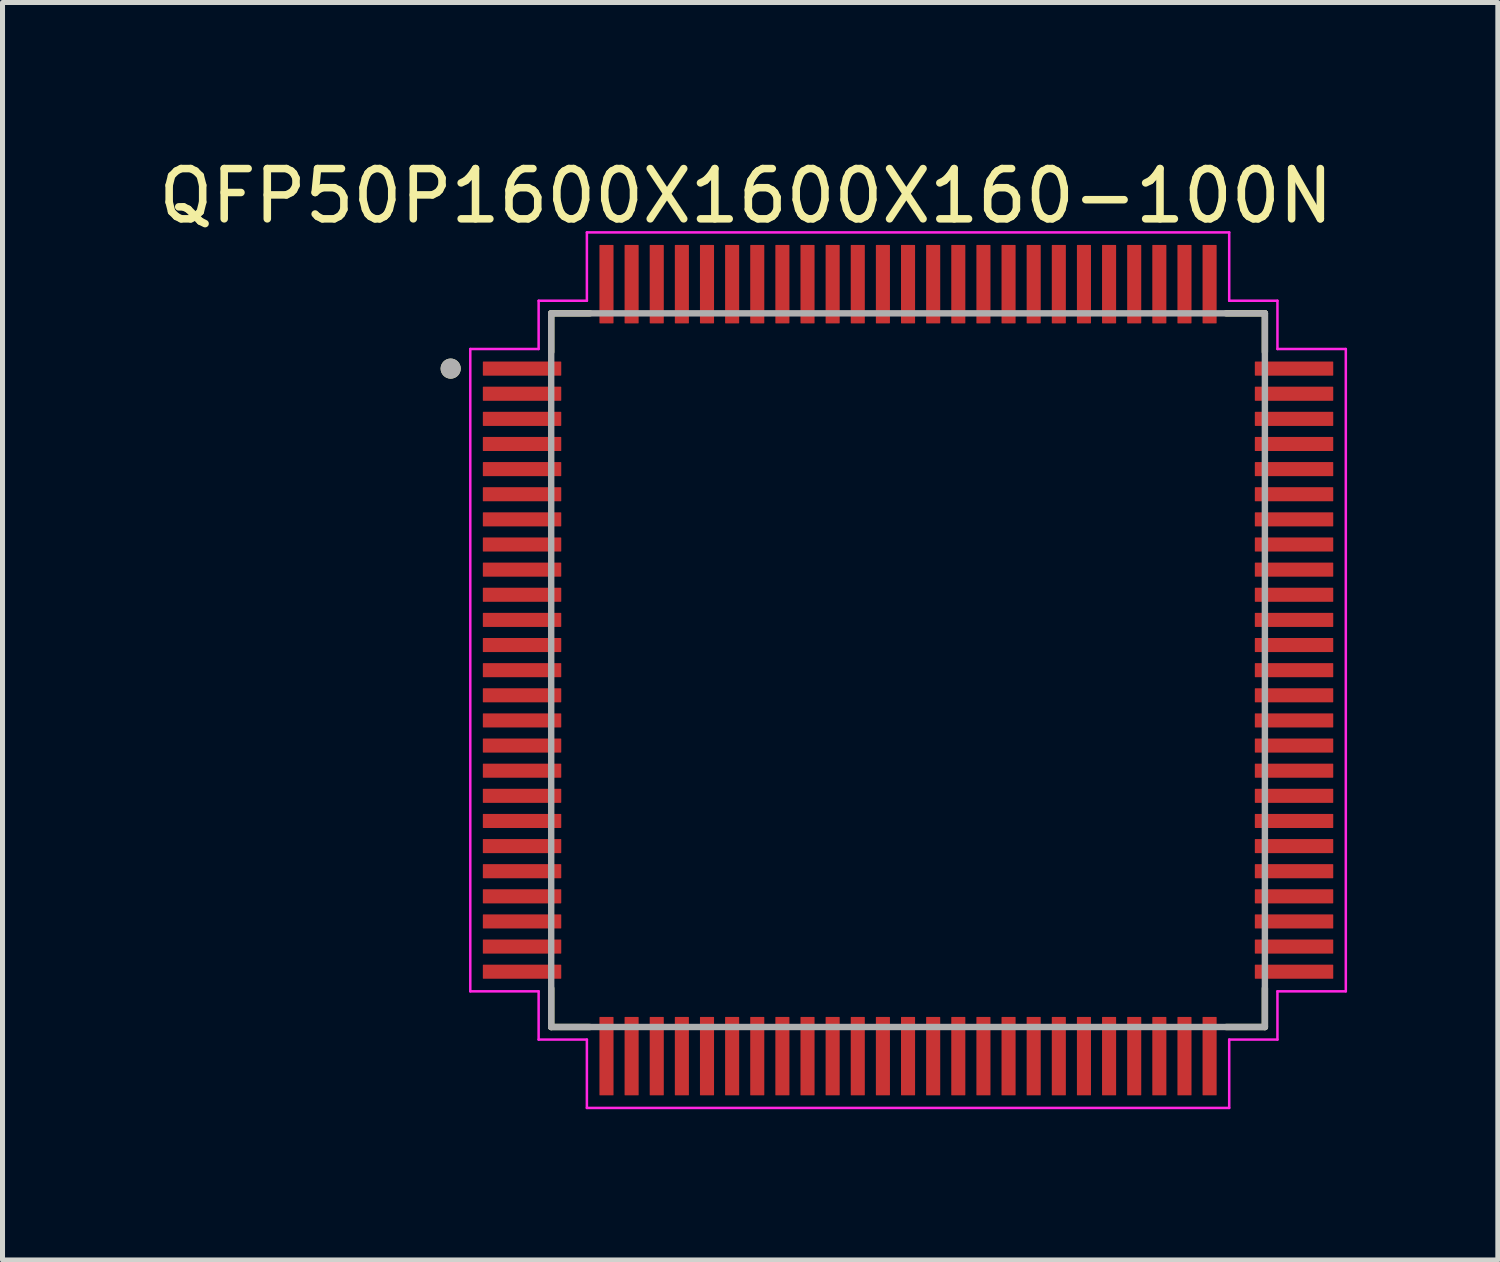
<source format=kicad_pcb>
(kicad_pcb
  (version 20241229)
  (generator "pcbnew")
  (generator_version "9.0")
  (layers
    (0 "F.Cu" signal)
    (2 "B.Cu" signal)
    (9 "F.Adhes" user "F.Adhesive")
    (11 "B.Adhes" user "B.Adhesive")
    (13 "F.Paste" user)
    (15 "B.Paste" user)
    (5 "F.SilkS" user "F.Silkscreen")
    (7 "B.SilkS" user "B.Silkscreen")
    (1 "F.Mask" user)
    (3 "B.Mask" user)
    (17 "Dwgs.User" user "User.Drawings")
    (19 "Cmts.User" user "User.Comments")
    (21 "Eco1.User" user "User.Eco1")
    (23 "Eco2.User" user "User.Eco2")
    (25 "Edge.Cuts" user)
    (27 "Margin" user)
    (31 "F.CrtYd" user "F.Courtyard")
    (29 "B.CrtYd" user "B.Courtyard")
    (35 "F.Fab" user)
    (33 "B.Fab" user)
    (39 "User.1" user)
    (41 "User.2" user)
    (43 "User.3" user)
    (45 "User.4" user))
  (footprint "QFP50P1600X1600X160-100N"
    (layer "F.Cu")
    (at 15.017 10.284)
    (property "Reference" "QFP50P1600X1600X160-100N" (at -3.225 -9.435 0) (layer "F.SilkS") (effects (font (size 1 1) (thickness 0.15))))
    (attr smd)
    (fp_line (start -7.1 -7.1) (end -6.33 -7.1) (stroke (width 0.127) (type solid)) (layer "F.SilkS"))
    (fp_line (start -7.1 -6.33) (end -7.1 -7.1) (stroke (width 0.127) (type solid)) (layer "F.SilkS"))
    (fp_line (start -7.1 7.1) (end -7.1 6.33) (stroke (width 0.127) (type solid)) (layer "F.SilkS"))
    (fp_line (start -6.33 7.1) (end -7.1 7.1) (stroke (width 0.127) (type solid)) (layer "F.SilkS"))
    (fp_line (start 6.33 -7.1) (end 7.1 -7.1) (stroke (width 0.127) (type solid)) (layer "F.SilkS"))
    (fp_line (start 7.1 -7.1) (end 7.1 -6.33) (stroke (width 0.127) (type solid)) (layer "F.SilkS"))
    (fp_line (start 7.1 6.33) (end 7.1 7.1) (stroke (width 0.127) (type solid)) (layer "F.SilkS"))
    (fp_line (start 7.1 7.1) (end 6.33 7.1) (stroke (width 0.127) (type solid)) (layer "F.SilkS"))
    (fp_circle (center -9.1 -6) (end -9 -6) (stroke (width 0.2) (type solid)) (fill no) (layer "F.SilkS"))
    (fp_line (start -8.71 -6.39) (end -7.35 -6.39) (stroke (width 0.05) (type solid)) (layer "F.CrtYd"))
    (fp_line (start -8.71 6.39) (end -8.71 -6.39) (stroke (width 0.05) (type solid)) (layer "F.CrtYd"))
    (fp_line (start -7.35 -7.35) (end -6.39 -7.35) (stroke (width 0.05) (type solid)) (layer "F.CrtYd"))
    (fp_line (start -7.35 -6.39) (end -7.35 -7.35) (stroke (width 0.05) (type solid)) (layer "F.CrtYd"))
    (fp_line (start -7.35 6.39) (end -8.71 6.39) (stroke (width 0.05) (type solid)) (layer "F.CrtYd"))
    (fp_line (start -7.35 7.35) (end -7.35 6.39) (stroke (width 0.05) (type solid)) (layer "F.CrtYd"))
    (fp_line (start -6.39 -8.71) (end 6.39 -8.71) (stroke (width 0.05) (type solid)) (layer "F.CrtYd"))
    (fp_line (start -6.39 -7.35) (end -6.39 -8.71) (stroke (width 0.05) (type solid)) (layer "F.CrtYd"))
    (fp_line (start -6.39 7.35) (end -7.35 7.35) (stroke (width 0.05) (type solid)) (layer "F.CrtYd"))
    (fp_line (start -6.39 8.71) (end -6.39 7.35) (stroke (width 0.05) (type solid)) (layer "F.CrtYd"))
    (fp_line (start 6.39 -8.71) (end 6.39 -7.35) (stroke (width 0.05) (type solid)) (layer "F.CrtYd"))
    (fp_line (start 6.39 -7.35) (end 7.35 -7.35) (stroke (width 0.05) (type solid)) (layer "F.CrtYd"))
    (fp_line (start 6.39 7.35) (end 6.39 8.71) (stroke (width 0.05) (type solid)) (layer "F.CrtYd"))
    (fp_line (start 6.39 8.71) (end -6.39 8.71) (stroke (width 0.05) (type solid)) (layer "F.CrtYd"))
    (fp_line (start 7.35 -7.35) (end 7.35 -6.39) (stroke (width 0.05) (type solid)) (layer "F.CrtYd"))
    (fp_line (start 7.35 -6.39) (end 8.71 -6.39) (stroke (width 0.05) (type solid)) (layer "F.CrtYd"))
    (fp_line (start 7.35 6.39) (end 7.35 7.35) (stroke (width 0.05) (type solid)) (layer "F.CrtYd"))
    (fp_line (start 7.35 7.35) (end 6.39 7.35) (stroke (width 0.05) (type solid)) (layer "F.CrtYd"))
    (fp_line (start 8.71 -6.39) (end 8.71 6.39) (stroke (width 0.05) (type solid)) (layer "F.CrtYd"))
    (fp_line (start 8.71 6.39) (end 7.35 6.39) (stroke (width 0.05) (type solid)) (layer "F.CrtYd"))
    (fp_line (start -7.1 -7.1) (end 7.1 -7.1) (stroke (width 0.127) (type solid)) (layer "F.Fab"))
    (fp_line (start -7.1 7.1) (end -7.1 -7.1) (stroke (width 0.127) (type solid)) (layer "F.Fab"))
    (fp_line (start 7.1 -7.1) (end 7.1 7.1) (stroke (width 0.127) (type solid)) (layer "F.Fab"))
    (fp_line (start 7.1 7.1) (end -7.1 7.1) (stroke (width 0.127) (type solid)) (layer "F.Fab"))
    (fp_circle (center -9.1 -6) (end -9 -6) (stroke (width 0.2) (type solid)) (fill no) (layer "F.Fab"))
    (pad "1" smd roundrect (at -7.68 -6) (size 1.56 0.28) (layers "F.Cu" "F.Mask" "F.Paste") (roundrect_rratio 0.035))
    (pad "2" smd roundrect (at -7.68 -5.5) (size 1.56 0.28) (layers "F.Cu" "F.Mask" "F.Paste") (roundrect_rratio 0.035))
    (pad "3" smd roundrect (at -7.68 -5) (size 1.56 0.28) (layers "F.Cu" "F.Mask" "F.Paste") (roundrect_rratio 0.035))
    (pad "4" smd roundrect (at -7.68 -4.5) (size 1.56 0.28) (layers "F.Cu" "F.Mask" "F.Paste") (roundrect_rratio 0.035))
    (pad "5" smd roundrect (at -7.68 -4) (size 1.56 0.28) (layers "F.Cu" "F.Mask" "F.Paste") (roundrect_rratio 0.035))
    (pad "6" smd roundrect (at -7.68 -3.5) (size 1.56 0.28) (layers "F.Cu" "F.Mask" "F.Paste") (roundrect_rratio 0.035))
    (pad "7" smd roundrect (at -7.68 -3) (size 1.56 0.28) (layers "F.Cu" "F.Mask" "F.Paste") (roundrect_rratio 0.035))
    (pad "8" smd roundrect (at -7.68 -2.5) (size 1.56 0.28) (layers "F.Cu" "F.Mask" "F.Paste") (roundrect_rratio 0.035))
    (pad "9" smd roundrect (at -7.68 -2) (size 1.56 0.28) (layers "F.Cu" "F.Mask" "F.Paste") (roundrect_rratio 0.035))
    (pad "10" smd roundrect (at -7.68 -1.5) (size 1.56 0.28) (layers "F.Cu" "F.Mask" "F.Paste") (roundrect_rratio 0.035))
    (pad "11" smd roundrect (at -7.68 -1) (size 1.56 0.28) (layers "F.Cu" "F.Mask" "F.Paste") (roundrect_rratio 0.035))
    (pad "12" smd roundrect (at -7.68 -0.5) (size 1.56 0.28) (layers "F.Cu" "F.Mask" "F.Paste") (roundrect_rratio 0.035))
    (pad "13" smd roundrect (at -7.68 0) (size 1.56 0.28) (layers "F.Cu" "F.Mask" "F.Paste") (roundrect_rratio 0.035))
    (pad "14" smd roundrect (at -7.68 0.5) (size 1.56 0.28) (layers "F.Cu" "F.Mask" "F.Paste") (roundrect_rratio 0.035))
    (pad "15" smd roundrect (at -7.68 1) (size 1.56 0.28) (layers "F.Cu" "F.Mask" "F.Paste") (roundrect_rratio 0.035))
    (pad "16" smd roundrect (at -7.68 1.5) (size 1.56 0.28) (layers "F.Cu" "F.Mask" "F.Paste") (roundrect_rratio 0.035))
    (pad "17" smd roundrect (at -7.68 2) (size 1.56 0.28) (layers "F.Cu" "F.Mask" "F.Paste") (roundrect_rratio 0.035))
    (pad "18" smd roundrect (at -7.68 2.5) (size 1.56 0.28) (layers "F.Cu" "F.Mask" "F.Paste") (roundrect_rratio 0.035))
    (pad "19" smd roundrect (at -7.68 3) (size 1.56 0.28) (layers "F.Cu" "F.Mask" "F.Paste") (roundrect_rratio 0.035))
    (pad "20" smd roundrect (at -7.68 3.5) (size 1.56 0.28) (layers "F.Cu" "F.Mask" "F.Paste") (roundrect_rratio 0.035))
    (pad "21" smd roundrect (at -7.68 4) (size 1.56 0.28) (layers "F.Cu" "F.Mask" "F.Paste") (roundrect_rratio 0.035))
    (pad "22" smd roundrect (at -7.68 4.5) (size 1.56 0.28) (layers "F.Cu" "F.Mask" "F.Paste") (roundrect_rratio 0.035))
    (pad "23" smd roundrect (at -7.68 5) (size 1.56 0.28) (layers "F.Cu" "F.Mask" "F.Paste") (roundrect_rratio 0.035))
    (pad "24" smd roundrect (at -7.68 5.5) (size 1.56 0.28) (layers "F.Cu" "F.Mask" "F.Paste") (roundrect_rratio 0.035))
    (pad "25" smd roundrect (at -7.68 6) (size 1.56 0.28) (layers "F.Cu" "F.Mask" "F.Paste") (roundrect_rratio 0.035))
    (pad "26" smd roundrect (at -6 7.68) (size 0.28 1.56) (layers "F.Cu" "F.Mask" "F.Paste") (roundrect_rratio 0.035))
    (pad "27" smd roundrect (at -5.5 7.68) (size 0.28 1.56) (layers "F.Cu" "F.Mask" "F.Paste") (roundrect_rratio 0.035))
    (pad "28" smd roundrect (at -5 7.68) (size 0.28 1.56) (layers "F.Cu" "F.Mask" "F.Paste") (roundrect_rratio 0.035))
    (pad "29" smd roundrect (at -4.5 7.68) (size 0.28 1.56) (layers "F.Cu" "F.Mask" "F.Paste") (roundrect_rratio 0.035))
    (pad "30" smd roundrect (at -4 7.68) (size 0.28 1.56) (layers "F.Cu" "F.Mask" "F.Paste") (roundrect_rratio 0.035))
    (pad "31" smd roundrect (at -3.5 7.68) (size 0.28 1.56) (layers "F.Cu" "F.Mask" "F.Paste") (roundrect_rratio 0.035))
    (pad "32" smd roundrect (at -3 7.68) (size 0.28 1.56) (layers "F.Cu" "F.Mask" "F.Paste") (roundrect_rratio 0.035))
    (pad "33" smd roundrect (at -2.5 7.68) (size 0.28 1.56) (layers "F.Cu" "F.Mask" "F.Paste") (roundrect_rratio 0.035))
    (pad "34" smd roundrect (at -2 7.68) (size 0.28 1.56) (layers "F.Cu" "F.Mask" "F.Paste") (roundrect_rratio 0.035))
    (pad "35" smd roundrect (at -1.5 7.68) (size 0.28 1.56) (layers "F.Cu" "F.Mask" "F.Paste") (roundrect_rratio 0.035))
    (pad "36" smd roundrect (at -1 7.68) (size 0.28 1.56) (layers "F.Cu" "F.Mask" "F.Paste") (roundrect_rratio 0.035))
    (pad "37" smd roundrect (at -0.5 7.68) (size 0.28 1.56) (layers "F.Cu" "F.Mask" "F.Paste") (roundrect_rratio 0.035))
    (pad "38" smd roundrect (at 0 7.68) (size 0.28 1.56) (layers "F.Cu" "F.Mask" "F.Paste") (roundrect_rratio 0.035))
    (pad "39" smd roundrect (at 0.5 7.68) (size 0.28 1.56) (layers "F.Cu" "F.Mask" "F.Paste") (roundrect_rratio 0.035))
    (pad "40" smd roundrect (at 1 7.68) (size 0.28 1.56) (layers "F.Cu" "F.Mask" "F.Paste") (roundrect_rratio 0.035))
    (pad "41" smd roundrect (at 1.5 7.68) (size 0.28 1.56) (layers "F.Cu" "F.Mask" "F.Paste") (roundrect_rratio 0.035))
    (pad "42" smd roundrect (at 2 7.68) (size 0.28 1.56) (layers "F.Cu" "F.Mask" "F.Paste") (roundrect_rratio 0.035))
    (pad "43" smd roundrect (at 2.5 7.68) (size 0.28 1.56) (layers "F.Cu" "F.Mask" "F.Paste") (roundrect_rratio 0.035))
    (pad "44" smd roundrect (at 3 7.68) (size 0.28 1.56) (layers "F.Cu" "F.Mask" "F.Paste") (roundrect_rratio 0.035))
    (pad "45" smd roundrect (at 3.5 7.68) (size 0.28 1.56) (layers "F.Cu" "F.Mask" "F.Paste") (roundrect_rratio 0.035))
    (pad "46" smd roundrect (at 4 7.68) (size 0.28 1.56) (layers "F.Cu" "F.Mask" "F.Paste") (roundrect_rratio 0.035))
    (pad "47" smd roundrect (at 4.5 7.68) (size 0.28 1.56) (layers "F.Cu" "F.Mask" "F.Paste") (roundrect_rratio 0.035))
    (pad "48" smd roundrect (at 5 7.68) (size 0.28 1.56) (layers "F.Cu" "F.Mask" "F.Paste") (roundrect_rratio 0.035))
    (pad "49" smd roundrect (at 5.5 7.68) (size 0.28 1.56) (layers "F.Cu" "F.Mask" "F.Paste") (roundrect_rratio 0.035))
    (pad "50" smd roundrect (at 6 7.68) (size 0.28 1.56) (layers "F.Cu" "F.Mask" "F.Paste") (roundrect_rratio 0.035))
    (pad "51" smd roundrect (at 7.68 6) (size 1.56 0.28) (layers "F.Cu" "F.Mask" "F.Paste") (roundrect_rratio 0.035))
    (pad "52" smd roundrect (at 7.68 5.5) (size 1.56 0.28) (layers "F.Cu" "F.Mask" "F.Paste") (roundrect_rratio 0.035))
    (pad "53" smd roundrect (at 7.68 5) (size 1.56 0.28) (layers "F.Cu" "F.Mask" "F.Paste") (roundrect_rratio 0.035))
    (pad "54" smd roundrect (at 7.68 4.5) (size 1.56 0.28) (layers "F.Cu" "F.Mask" "F.Paste") (roundrect_rratio 0.035))
    (pad "55" smd roundrect (at 7.68 4) (size 1.56 0.28) (layers "F.Cu" "F.Mask" "F.Paste") (roundrect_rratio 0.035))
    (pad "56" smd roundrect (at 7.68 3.5) (size 1.56 0.28) (layers "F.Cu" "F.Mask" "F.Paste") (roundrect_rratio 0.035))
    (pad "57" smd roundrect (at 7.68 3) (size 1.56 0.28) (layers "F.Cu" "F.Mask" "F.Paste") (roundrect_rratio 0.035))
    (pad "58" smd roundrect (at 7.68 2.5) (size 1.56 0.28) (layers "F.Cu" "F.Mask" "F.Paste") (roundrect_rratio 0.035))
    (pad "59" smd roundrect (at 7.68 2) (size 1.56 0.28) (layers "F.Cu" "F.Mask" "F.Paste") (roundrect_rratio 0.035))
    (pad "60" smd roundrect (at 7.68 1.5) (size 1.56 0.28) (layers "F.Cu" "F.Mask" "F.Paste") (roundrect_rratio 0.035))
    (pad "61" smd roundrect (at 7.68 1) (size 1.56 0.28) (layers "F.Cu" "F.Mask" "F.Paste") (roundrect_rratio 0.035))
    (pad "62" smd roundrect (at 7.68 0.5) (size 1.56 0.28) (layers "F.Cu" "F.Mask" "F.Paste") (roundrect_rratio 0.035))
    (pad "63" smd roundrect (at 7.68 0) (size 1.56 0.28) (layers "F.Cu" "F.Mask" "F.Paste") (roundrect_rratio 0.035))
    (pad "64" smd roundrect (at 7.68 -0.5) (size 1.56 0.28) (layers "F.Cu" "F.Mask" "F.Paste") (roundrect_rratio 0.035))
    (pad "65" smd roundrect (at 7.68 -1) (size 1.56 0.28) (layers "F.Cu" "F.Mask" "F.Paste") (roundrect_rratio 0.035))
    (pad "66" smd roundrect (at 7.68 -1.5) (size 1.56 0.28) (layers "F.Cu" "F.Mask" "F.Paste") (roundrect_rratio 0.035))
    (pad "67" smd roundrect (at 7.68 -2) (size 1.56 0.28) (layers "F.Cu" "F.Mask" "F.Paste") (roundrect_rratio 0.035))
    (pad "68" smd roundrect (at 7.68 -2.5) (size 1.56 0.28) (layers "F.Cu" "F.Mask" "F.Paste") (roundrect_rratio 0.035))
    (pad "69" smd roundrect (at 7.68 -3) (size 1.56 0.28) (layers "F.Cu" "F.Mask" "F.Paste") (roundrect_rratio 0.035))
    (pad "70" smd roundrect (at 7.68 -3.5) (size 1.56 0.28) (layers "F.Cu" "F.Mask" "F.Paste") (roundrect_rratio 0.035))
    (pad "71" smd roundrect (at 7.68 -4) (size 1.56 0.28) (layers "F.Cu" "F.Mask" "F.Paste") (roundrect_rratio 0.035))
    (pad "72" smd roundrect (at 7.68 -4.5) (size 1.56 0.28) (layers "F.Cu" "F.Mask" "F.Paste") (roundrect_rratio 0.035))
    (pad "73" smd roundrect (at 7.68 -5) (size 1.56 0.28) (layers "F.Cu" "F.Mask" "F.Paste") (roundrect_rratio 0.035))
    (pad "74" smd roundrect (at 7.68 -5.5) (size 1.56 0.28) (layers "F.Cu" "F.Mask" "F.Paste") (roundrect_rratio 0.035))
    (pad "75" smd roundrect (at 7.68 -6) (size 1.56 0.28) (layers "F.Cu" "F.Mask" "F.Paste") (roundrect_rratio 0.035))
    (pad "76" smd roundrect (at 6 -7.68) (size 0.28 1.56) (layers "F.Cu" "F.Mask" "F.Paste") (roundrect_rratio 0.035))
    (pad "77" smd roundrect (at 5.5 -7.68) (size 0.28 1.56) (layers "F.Cu" "F.Mask" "F.Paste") (roundrect_rratio 0.035))
    (pad "78" smd roundrect (at 5 -7.68) (size 0.28 1.56) (layers "F.Cu" "F.Mask" "F.Paste") (roundrect_rratio 0.035))
    (pad "79" smd roundrect (at 4.5 -7.68) (size 0.28 1.56) (layers "F.Cu" "F.Mask" "F.Paste") (roundrect_rratio 0.035))
    (pad "80" smd roundrect (at 4 -7.68) (size 0.28 1.56) (layers "F.Cu" "F.Mask" "F.Paste") (roundrect_rratio 0.035))
    (pad "81" smd roundrect (at 3.5 -7.68) (size 0.28 1.56) (layers "F.Cu" "F.Mask" "F.Paste") (roundrect_rratio 0.035))
    (pad "82" smd roundrect (at 3 -7.68) (size 0.28 1.56) (layers "F.Cu" "F.Mask" "F.Paste") (roundrect_rratio 0.035))
    (pad "83" smd roundrect (at 2.5 -7.68) (size 0.28 1.56) (layers "F.Cu" "F.Mask" "F.Paste") (roundrect_rratio 0.035))
    (pad "84" smd roundrect (at 2 -7.68) (size 0.28 1.56) (layers "F.Cu" "F.Mask" "F.Paste") (roundrect_rratio 0.035))
    (pad "85" smd roundrect (at 1.5 -7.68) (size 0.28 1.56) (layers "F.Cu" "F.Mask" "F.Paste") (roundrect_rratio 0.035))
    (pad "86" smd roundrect (at 1 -7.68) (size 0.28 1.56) (layers "F.Cu" "F.Mask" "F.Paste") (roundrect_rratio 0.035))
    (pad "87" smd roundrect (at 0.5 -7.68) (size 0.28 1.56) (layers "F.Cu" "F.Mask" "F.Paste") (roundrect_rratio 0.035))
    (pad "88" smd roundrect (at 0 -7.68) (size 0.28 1.56) (layers "F.Cu" "F.Mask" "F.Paste") (roundrect_rratio 0.035))
    (pad "89" smd roundrect (at -0.5 -7.68) (size 0.28 1.56) (layers "F.Cu" "F.Mask" "F.Paste") (roundrect_rratio 0.035))
    (pad "90" smd roundrect (at -1 -7.68) (size 0.28 1.56) (layers "F.Cu" "F.Mask" "F.Paste") (roundrect_rratio 0.035))
    (pad "91" smd roundrect (at -1.5 -7.68) (size 0.28 1.56) (layers "F.Cu" "F.Mask" "F.Paste") (roundrect_rratio 0.035))
    (pad "92" smd roundrect (at -2 -7.68) (size 0.28 1.56) (layers "F.Cu" "F.Mask" "F.Paste") (roundrect_rratio 0.035))
    (pad "93" smd roundrect (at -2.5 -7.68) (size 0.28 1.56) (layers "F.Cu" "F.Mask" "F.Paste") (roundrect_rratio 0.035))
    (pad "94" smd roundrect (at -3 -7.68) (size 0.28 1.56) (layers "F.Cu" "F.Mask" "F.Paste") (roundrect_rratio 0.035))
    (pad "95" smd roundrect (at -3.5 -7.68) (size 0.28 1.56) (layers "F.Cu" "F.Mask" "F.Paste") (roundrect_rratio 0.035))
    (pad "96" smd roundrect (at -4 -7.68) (size 0.28 1.56) (layers "F.Cu" "F.Mask" "F.Paste") (roundrect_rratio 0.035))
    (pad "97" smd roundrect (at -4.5 -7.68) (size 0.28 1.56) (layers "F.Cu" "F.Mask" "F.Paste") (roundrect_rratio 0.035))
    (pad "98" smd roundrect (at -5 -7.68) (size 0.28 1.56) (layers "F.Cu" "F.Mask" "F.Paste") (roundrect_rratio 0.035))
    (pad "99" smd roundrect (at -5.5 -7.68) (size 0.28 1.56) (layers "F.Cu" "F.Mask" "F.Paste") (roundrect_rratio 0.035))
    (pad "100" smd roundrect (at -6 -7.68) (size 0.28 1.56) (layers "F.Cu" "F.Mask" "F.Paste") (roundrect_rratio 0.035)))
  (gr_rect
    (start -3 -3)
    (end 26.752 22.019)
    (stroke (width 0.1) (type default))
    (fill no)
    (layer "Edge.Cuts")))
</source>
